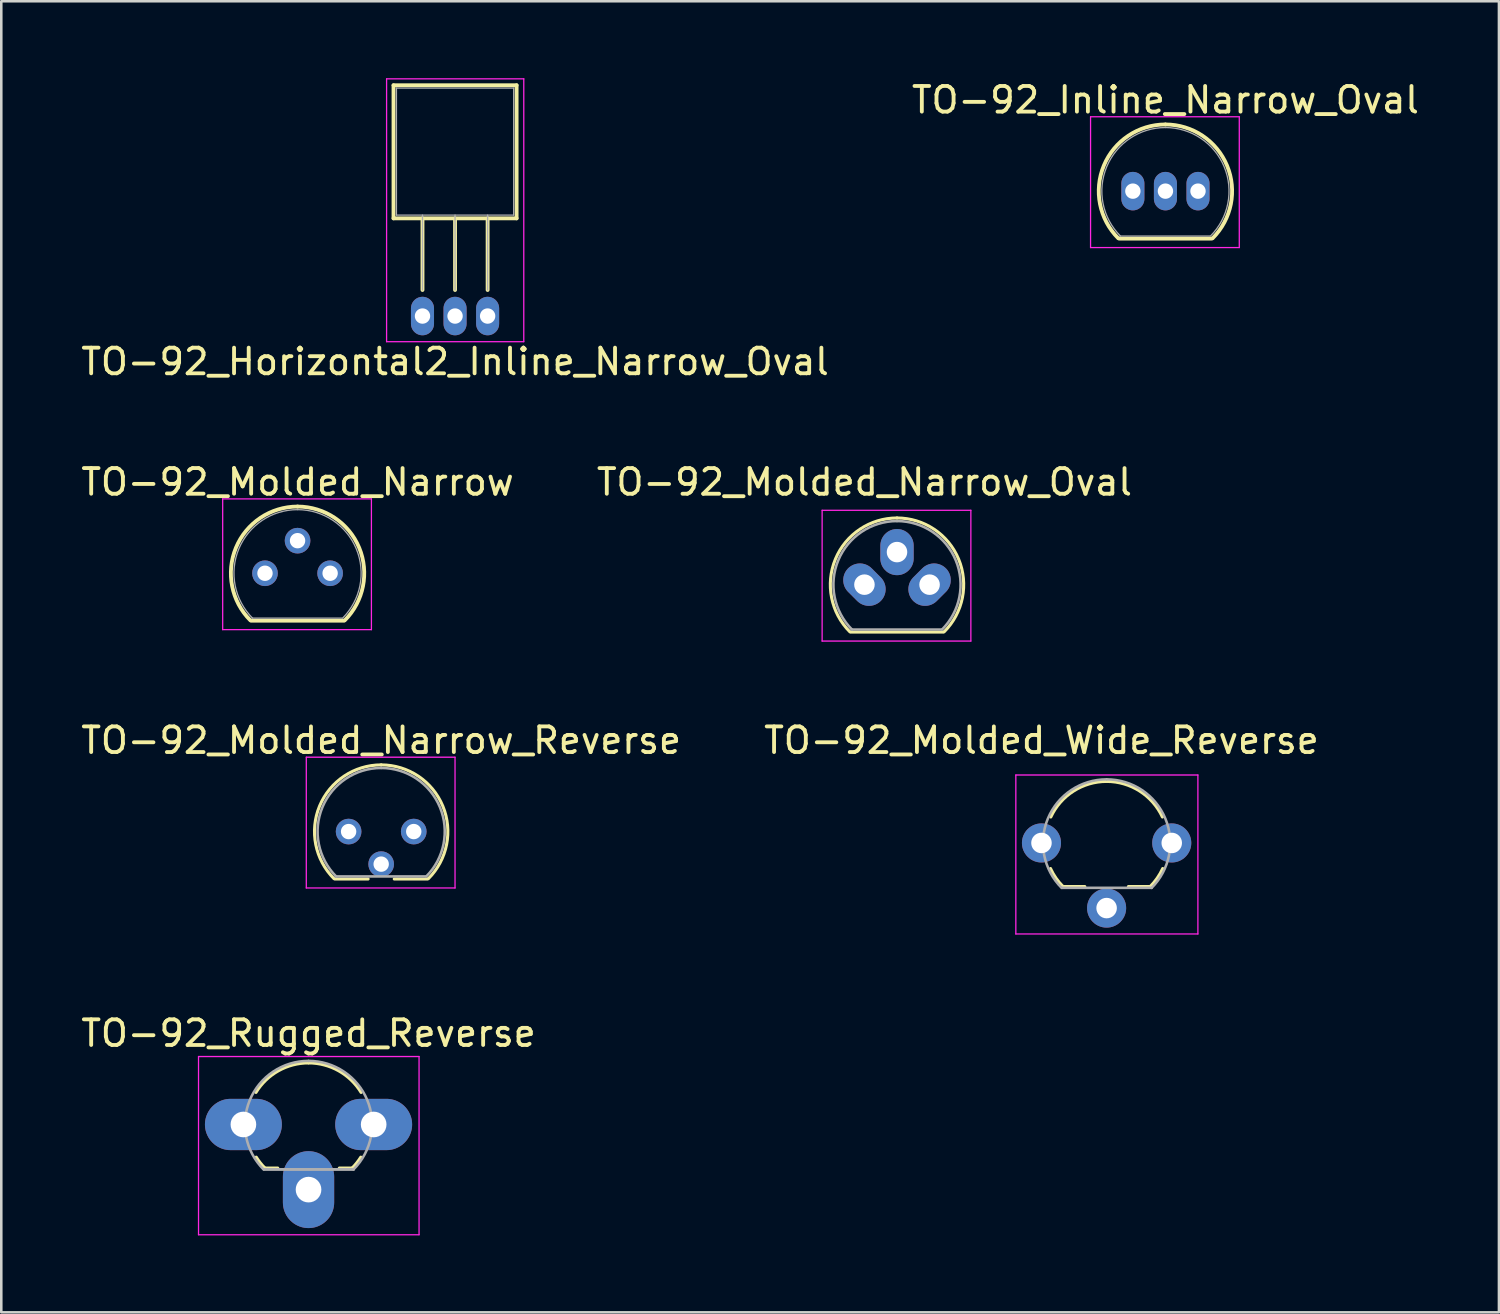
<source format=kicad_pcb>
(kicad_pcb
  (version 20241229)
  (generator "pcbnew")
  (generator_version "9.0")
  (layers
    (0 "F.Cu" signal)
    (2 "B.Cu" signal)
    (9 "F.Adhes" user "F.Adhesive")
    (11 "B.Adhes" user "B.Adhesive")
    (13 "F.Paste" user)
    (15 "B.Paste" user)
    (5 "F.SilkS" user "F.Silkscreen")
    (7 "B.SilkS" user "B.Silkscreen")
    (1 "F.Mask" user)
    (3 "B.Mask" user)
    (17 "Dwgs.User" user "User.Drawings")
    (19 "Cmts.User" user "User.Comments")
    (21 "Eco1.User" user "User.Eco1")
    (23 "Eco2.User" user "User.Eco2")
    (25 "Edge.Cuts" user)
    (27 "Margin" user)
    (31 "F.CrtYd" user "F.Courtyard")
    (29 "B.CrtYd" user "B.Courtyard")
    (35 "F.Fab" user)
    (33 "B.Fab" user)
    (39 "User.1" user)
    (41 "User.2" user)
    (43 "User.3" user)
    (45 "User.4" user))
  (footprint "TO-92_Inline_Narrow_Oval"
    (layer "F.Cu")
    (at 41.129 4.404)
    (property "Reference" "TO-92_Inline_Narrow_Oval" (at 1.27 -3.556 0) (layer "F.SilkS") (effects (font (size 1 1) (thickness 0.15))))
    (attr through_hole)
    (fp_line (start -0.53 1.85) (end 3.07 1.85) (stroke (width 0.15) (type solid)) (layer "F.SilkS"))
    (fp_arc (start -0.568478 1.838478) (mid -1.132087 -0.994977) (end 1.27 -2.6) (stroke (width 0.15) (type solid)) (layer "F.SilkS"))
    (fp_arc (start 1.27 -2.6) (mid 3.672087 -0.994977) (end 3.108478 1.838478) (stroke (width 0.15) (type solid)) (layer "F.SilkS"))
    (fp_line (start -1.65 -2.9) (end 4.15 -2.9) (stroke (width 0.05) (type solid)) (layer "F.CrtYd"))
    (fp_line (start -1.65 2.2) (end -1.65 -2.9) (stroke (width 0.05) (type solid)) (layer "F.CrtYd"))
    (fp_line (start 4.15 -2.9) (end 4.15 2.2) (stroke (width 0.05) (type solid)) (layer "F.CrtYd"))
    (fp_line (start 4.15 2.2) (end -1.65 2.2) (stroke (width 0.05) (type solid)) (layer "F.CrtYd"))
    (fp_line (start -0.5 1.75) (end 3 1.75) (stroke (width 0.05) (type solid)) (layer "F.Fab"))
    (fp_arc (start -0.483625 1.753625) (mid -1.021221 -0.949055) (end 1.27 -2.48) (stroke (width 0.05) (type solid)) (layer "F.Fab"))
    (fp_arc (start 1.27 -2.48) (mid 3.561221 -0.949055) (end 3.023625 1.753625) (stroke (width 0.05) (type solid)) (layer "F.Fab"))
    (pad "1" thru_hole oval (at 0 0 180) (size 0.899 1.501) (drill 0.6) (layers "*.Cu" "*.Mask"))
    (pad "2" thru_hole oval (at 1.27 0 180) (size 0.899 1.501) (drill 0.6) (layers "*.Cu" "*.Mask"))
    (pad "3" thru_hole oval (at 2.54 0 180) (size 0.899 1.501) (drill 0.6) (layers "*.Cu" "*.Mask")))
  (footprint "TO-92_Molded_Wide_Reverse"
    (layer "F.Cu")
    (at 37.565 29.823)
    (property "Reference" "TO-92_Molded_Wide_Reverse" (at 0 -4 0) (layer "F.SilkS") (effects (font (size 1 1) (thickness 0.15))))
    (attr through_hole)
    (fp_line (start 0.84 1.7) (end 1.69 1.7) (stroke (width 0.12) (type solid)) (layer "F.SilkS"))
    (fp_line (start 3.39 1.7) (end 4.24 1.7) (stroke (width 0.12) (type solid)) (layer "F.SilkS"))
    (fp_arc (start 0.363869 -1.012153) (mid 1.24949 -2.023508) (end 2.54 -2.4) (stroke (width 0.12) (type solid)) (layer "F.SilkS"))
    (fp_arc (start 0.84 1.7) (mid 0.564627 1.370365) (end 0.352305 0.99699) (stroke (width 0.12) (type solid)) (layer "F.SilkS"))
    (fp_arc (start 2.54 -2.4) (mid 3.83051 -2.023508) (end 4.716131 -1.012153) (stroke (width 0.12) (type solid)) (layer "F.SilkS"))
    (fp_arc (start 4.727695 0.99699) (mid 4.515373 1.370365) (end 4.24 1.7) (stroke (width 0.12) (type solid)) (layer "F.SilkS"))
    (fp_line (start -1 -2.65) (end 6.1 -2.65) (stroke (width 0.05) (type solid)) (layer "F.CrtYd"))
    (fp_line (start -1 3.55) (end -1 -2.65) (stroke (width 0.05) (type solid)) (layer "F.CrtYd"))
    (fp_line (start -1 3.55) (end 6.1 3.55) (stroke (width 0.05) (type solid)) (layer "F.CrtYd"))
    (fp_line (start 6.1 3.55) (end 6.1 -2.65) (stroke (width 0.05) (type solid)) (layer "F.CrtYd"))
    (fp_line (start 0.8 1.75) (end 4.3 1.75) (stroke (width 0.1) (type solid)) (layer "F.Fab"))
    (fp_arc (start 0.786375 1.753625) (mid 0.248779 -0.949055) (end 2.54 -2.48) (stroke (width 0.1) (type solid)) (layer "F.Fab"))
    (fp_arc (start 2.54 -2.48) (mid 4.831221 -0.949055) (end 4.293625 1.753625) (stroke (width 0.1) (type solid)) (layer "F.Fab"))
    (pad "1" thru_hole circle (at 0 0 90) (size 1.524 1.524) (drill 0.8) (layers "*.Cu" "*.Mask"))
    (pad "2" thru_hole circle (at 2.54 2.54 90) (size 1.524 1.524) (drill 0.8) (layers "*.Cu" "*.Mask"))
    (pad "3" thru_hole circle (at 5.08 0 90) (size 1.524 1.524) (drill 0.8) (layers "*.Cu" "*.Mask")))
  (footprint "TO-92_Horizontal2_Inline_Narrow_Oval"
    (layer "F.Cu")
    (at 13.426 9.275)
    (property "Reference" "TO-92_Horizontal2_Inline_Narrow_Oval" (at 1.27 1.778 0) (layer "F.SilkS") (effects (font (size 1 1) (thickness 0.15))))
    (attr through_hole)
    (fp_line (start -1.13 -9) (end -1.13 -3.81) (stroke (width 0.15) (type solid)) (layer "F.SilkS"))
    (fp_line (start -1.13 -3.81) (end 3.67 -3.81) (stroke (width 0.15) (type solid)) (layer "F.SilkS"))
    (fp_line (start 0 -1.016) (end 0 -3.81) (stroke (width 0.15) (type solid)) (layer "F.SilkS"))
    (fp_line (start 1.27 -1.016) (end 1.27 -3.81) (stroke (width 0.15) (type solid)) (layer "F.SilkS"))
    (fp_line (start 2.54 -1.016) (end 2.54 -3.81) (stroke (width 0.15) (type solid)) (layer "F.SilkS"))
    (fp_line (start 3.67 -9) (end -1.13 -9) (stroke (width 0.15) (type solid)) (layer "F.SilkS"))
    (fp_line (start 3.67 -3.81) (end 3.67 -9) (stroke (width 0.15) (type solid)) (layer "F.SilkS"))
    (fp_line (start -1.4 -9.25) (end -1.4 1) (stroke (width 0.05) (type solid)) (layer "F.CrtYd"))
    (fp_line (start -1.4 -9.25) (end 3.95 -9.25) (stroke (width 0.05) (type solid)) (layer "F.CrtYd"))
    (fp_line (start -1.4 1) (end 3.95 1) (stroke (width 0.05) (type solid)) (layer "F.CrtYd"))
    (fp_line (start 3.95 -9.25) (end 3.95 1) (stroke (width 0.05) (type solid)) (layer "F.CrtYd"))
    (fp_line (start -1.016 -8.89) (end -1.016 -3.937) (stroke (width 0.05) (type solid)) (layer "F.Fab"))
    (fp_line (start -1.016 -3.937) (end 3.556 -3.937) (stroke (width 0.05) (type solid)) (layer "F.Fab"))
    (fp_line (start 0 -3.937) (end 0 -1.016) (stroke (width 0.05) (type solid)) (layer "F.Fab"))
    (fp_line (start 1.27 -3.937) (end 1.27 -1.016) (stroke (width 0.05) (type solid)) (layer "F.Fab"))
    (fp_line (start 2.54 -3.937) (end 2.54 -1.016) (stroke (width 0.05) (type solid)) (layer "F.Fab"))
    (fp_line (start 3.556 -8.89) (end -1.016 -8.89) (stroke (width 0.05) (type solid)) (layer "F.Fab"))
    (fp_line (start 3.556 -3.937) (end 3.556 -8.89) (stroke (width 0.05) (type solid)) (layer "F.Fab"))
    (pad "1" thru_hole oval (at 0 0 180) (size 0.899 1.501) (drill 0.6) (layers "*.Cu" "*.Mask"))
    (pad "2" thru_hole oval (at 1.27 0 180) (size 0.899 1.501) (drill 0.6) (layers "*.Cu" "*.Mask"))
    (pad "3" thru_hole oval (at 2.54 0 180) (size 0.899 1.501) (drill 0.6) (layers "*.Cu" "*.Mask")))
  (footprint "TO-92_Molded_Narrow_Reverse"
    (layer "F.Cu")
    (at 10.545 29.379)
    (property "Reference" "TO-92_Molded_Narrow_Reverse" (at 1.27 -3.556 180) (layer "F.SilkS") (effects (font (size 1 1) (thickness 0.15))))
    (attr through_hole)
    (fp_line (start -0.53 1.85) (end 0.76 1.85) (stroke (width 0.12) (type solid)) (layer "F.SilkS"))
    (fp_line (start 1.78 1.85) (end 3.07 1.85) (stroke (width 0.12) (type solid)) (layer "F.SilkS"))
    (fp_arc (start -0.568478 1.838478) (mid -1.132087 -0.994977) (end 1.27 -2.6) (stroke (width 0.12) (type solid)) (layer "F.SilkS"))
    (fp_arc (start 1.27 -2.6) (mid 3.672087 -0.994977) (end 3.108478 1.838478) (stroke (width 0.12) (type solid)) (layer "F.SilkS"))
    (fp_line (start -1.65 -2.9) (end 4.15 -2.9) (stroke (width 0.05) (type solid)) (layer "F.CrtYd"))
    (fp_line (start -1.65 2.2) (end -1.65 -2.9) (stroke (width 0.05) (type solid)) (layer "F.CrtYd"))
    (fp_line (start 4.15 -2.9) (end 4.15 2.2) (stroke (width 0.05) (type solid)) (layer "F.CrtYd"))
    (fp_line (start 4.15 2.2) (end -1.65 2.2) (stroke (width 0.05) (type solid)) (layer "F.CrtYd"))
    (fp_line (start -0.5 1.75) (end 3 1.75) (stroke (width 0.1) (type solid)) (layer "F.Fab"))
    (fp_arc (start -0.483625 1.753625) (mid -1.021221 -0.949055) (end 1.27 -2.48) (stroke (width 0.1) (type solid)) (layer "F.Fab"))
    (fp_arc (start 1.27 -2.48) (mid 3.561221 -0.949055) (end 3.023625 1.753625) (stroke (width 0.1) (type solid)) (layer "F.Fab"))
    (pad "1" thru_hole circle (at 0 0 90) (size 1 1) (drill 0.6) (layers "*.Cu" "*.Mask"))
    (pad "2" thru_hole circle (at 1.27 1.27 90) (size 1 1) (drill 0.6) (layers "*.Cu" "*.Mask"))
    (pad "3" thru_hole circle (at 2.54 0 90) (size 1 1) (drill 0.6) (layers "*.Cu" "*.Mask")))
  (footprint "TO-92_Molded_Narrow_Oval"
    (layer "F.Cu")
    (at 30.661 19.75)
    (property "Reference" "TO-92_Molded_Narrow_Oval" (at 0 -4 0) (layer "F.SilkS") (effects (font (size 1 1) (thickness 0.15))))
    (attr through_hole)
    (fp_line (start -0.53 1.85) (end 3.07 1.85) (stroke (width 0.12) (type solid)) (layer "F.SilkS"))
    (fp_arc (start -0.568478 1.838478) (mid -1.132087 -0.994977) (end 1.27 -2.6) (stroke (width 0.12) (type solid)) (layer "F.SilkS"))
    (fp_arc (start 1.27 -2.6) (mid 3.672087 -0.994977) (end 3.108478 1.838478) (stroke (width 0.12) (type solid)) (layer "F.SilkS"))
    (fp_line (start -1.65 -2.9) (end 4.15 -2.9) (stroke (width 0.05) (type solid)) (layer "F.CrtYd"))
    (fp_line (start -1.65 2.2) (end -1.65 -2.9) (stroke (width 0.05) (type solid)) (layer "F.CrtYd"))
    (fp_line (start 4.15 -2.9) (end 4.15 2.2) (stroke (width 0.05) (type solid)) (layer "F.CrtYd"))
    (fp_line (start 4.15 2.2) (end -1.65 2.2) (stroke (width 0.05) (type solid)) (layer "F.CrtYd"))
    (fp_line (start -0.5 1.75) (end 3 1.75) (stroke (width 0.1) (type solid)) (layer "F.Fab"))
    (fp_arc (start -0.483625 1.753625) (mid -1.021221 -0.949055) (end 1.27 -2.48) (stroke (width 0.1) (type solid)) (layer "F.Fab"))
    (fp_arc (start 1.27 -2.48) (mid 3.561221 -0.949055) (end 3.023625 1.753625) (stroke (width 0.1) (type solid)) (layer "F.Fab"))
    (pad "1" thru_hole oval (at 0 0 45) (size 1.3 1.8) (drill 0.8) (layers "*.Cu" "*.Mask"))
    (pad "2" thru_hole oval (at 1.27 -1.27 90) (size 1.8 1.3) (drill 0.8) (layers "*.Cu" "*.Mask"))
    (pad "3" thru_hole oval (at 2.54 0 45) (size 1.8 1.3) (drill 0.8) (layers "*.Cu" "*.Mask")))
  (footprint "TO-92_Molded_Narrow"
    (layer "F.Cu")
    (at 7.284 19.305)
    (property "Reference" "TO-92_Molded_Narrow" (at 1.27 -3.556 0) (layer "F.SilkS") (effects (font (size 1 1) (thickness 0.15))))
    (attr through_hole)
    (fp_line (start -0.53 1.85) (end 3.07 1.85) (stroke (width 0.15) (type solid)) (layer "F.SilkS"))
    (fp_arc (start -0.568478 1.838478) (mid -1.132087 -0.994977) (end 1.27 -2.6) (stroke (width 0.15) (type solid)) (layer "F.SilkS"))
    (fp_arc (start 1.27 -2.6) (mid 3.672087 -0.994977) (end 3.108478 1.838478) (stroke (width 0.15) (type solid)) (layer "F.SilkS"))
    (fp_line (start -1.65 -2.9) (end 4.15 -2.9) (stroke (width 0.05) (type solid)) (layer "F.CrtYd"))
    (fp_line (start -1.65 2.2) (end -1.65 -2.9) (stroke (width 0.05) (type solid)) (layer "F.CrtYd"))
    (fp_line (start 4.15 -2.9) (end 4.15 2.2) (stroke (width 0.05) (type solid)) (layer "F.CrtYd"))
    (fp_line (start 4.15 2.2) (end -1.65 2.2) (stroke (width 0.05) (type solid)) (layer "F.CrtYd"))
    (fp_line (start -0.5 1.75) (end 3 1.75) (stroke (width 0.05) (type solid)) (layer "F.Fab"))
    (fp_arc (start -0.483625 1.753625) (mid -1.021221 -0.949055) (end 1.27 -2.48) (stroke (width 0.05) (type solid)) (layer "F.Fab"))
    (fp_arc (start 1.27 -2.48) (mid 3.561221 -0.949055) (end 3.023625 1.753625) (stroke (width 0.05) (type solid)) (layer "F.Fab"))
    (pad "1" thru_hole circle (at 0 0 90) (size 1 1) (drill 0.6) (layers "*.Cu" "*.Mask"))
    (pad "2" thru_hole circle (at 1.27 -1.27 90) (size 1 1) (drill 0.6) (layers "*.Cu" "*.Mask"))
    (pad "3" thru_hole circle (at 2.54 0 90) (size 1 1) (drill 0.6) (layers "*.Cu" "*.Mask")))
  (footprint "TO-92_Rugged_Reverse"
    (layer "F.Cu")
    (at 6.442 40.802)
    (property "Reference" "TO-92_Rugged_Reverse" (at 2.54 -3.556 0) (layer "F.SilkS") (effects (font (size 1 1) (thickness 0.15))))
    (attr through_hole)
    (fp_line (start 0.84 1.7) (end 1.34 1.7) (stroke (width 0.12) (type solid)) (layer "F.SilkS"))
    (fp_line (start 3.74 1.7) (end 4.24 1.7) (stroke (width 0.12) (type solid)) (layer "F.SilkS"))
    (fp_arc (start 0.49 -1.25) (mid 1.364479 -2.093598) (end 2.54 -2.401041) (stroke (width 0.12) (type solid)) (layer "F.SilkS"))
    (fp_arc (start 0.84 1.7) (mid 0.658552 1.496715) (end 0.501273 1.274203) (stroke (width 0.12) (type solid)) (layer "F.SilkS"))
    (fp_arc (start 2.54 -2.401041) (mid 3.715521 -2.093597) (end 4.59 -1.25) (stroke (width 0.12) (type solid)) (layer "F.SilkS"))
    (fp_arc (start 4.578727 1.274203) (mid 4.421448 1.496715) (end 4.24 1.7) (stroke (width 0.12) (type solid)) (layer "F.SilkS"))
    (fp_line (start -1.75 -2.65) (end 6.85 -2.65) (stroke (width 0.05) (type solid)) (layer "F.CrtYd"))
    (fp_line (start -1.75 4.3) (end -1.75 -2.65) (stroke (width 0.05) (type solid)) (layer "F.CrtYd"))
    (fp_line (start -1.75 4.3) (end 6.85 4.3) (stroke (width 0.05) (type solid)) (layer "F.CrtYd"))
    (fp_line (start 6.85 4.3) (end 6.85 -2.65) (stroke (width 0.05) (type solid)) (layer "F.CrtYd"))
    (fp_line (start 0.8 1.75) (end 4.3 1.75) (stroke (width 0.1) (type solid)) (layer "F.Fab"))
    (fp_line (start 0.8 1.75) (end 4.3 1.75) (stroke (width 0.1) (type solid)) (layer "F.Fab"))
    (fp_arc (start 0.786375 1.753625) (mid 0.248779 -0.949055) (end 2.54 -2.48) (stroke (width 0.1) (type solid)) (layer "F.Fab"))
    (fp_arc (start 2.54 -2.48) (mid 4.831221 -0.949055) (end 4.293625 1.753625) (stroke (width 0.1) (type solid)) (layer "F.Fab"))
    (pad "1" thru_hole oval (at 0 0 90) (size 2 3) (drill 1) (layers "*.Cu" "*.Mask"))
    (pad "2" thru_hole oval (at 2.54 2.54 90) (size 3 2) (drill 1) (layers "*.Cu" "*.Mask"))
    (pad "3" thru_hole oval (at 5.08 0 90) (size 2 3) (drill 1) (layers "*.Cu" "*.Mask")))
  (gr_rect
    (start -3 -3)
    (end 55.405 48.127)
    (stroke (width 0.1) (type default))
    (fill no)
    (layer "Edge.Cuts")))
</source>
